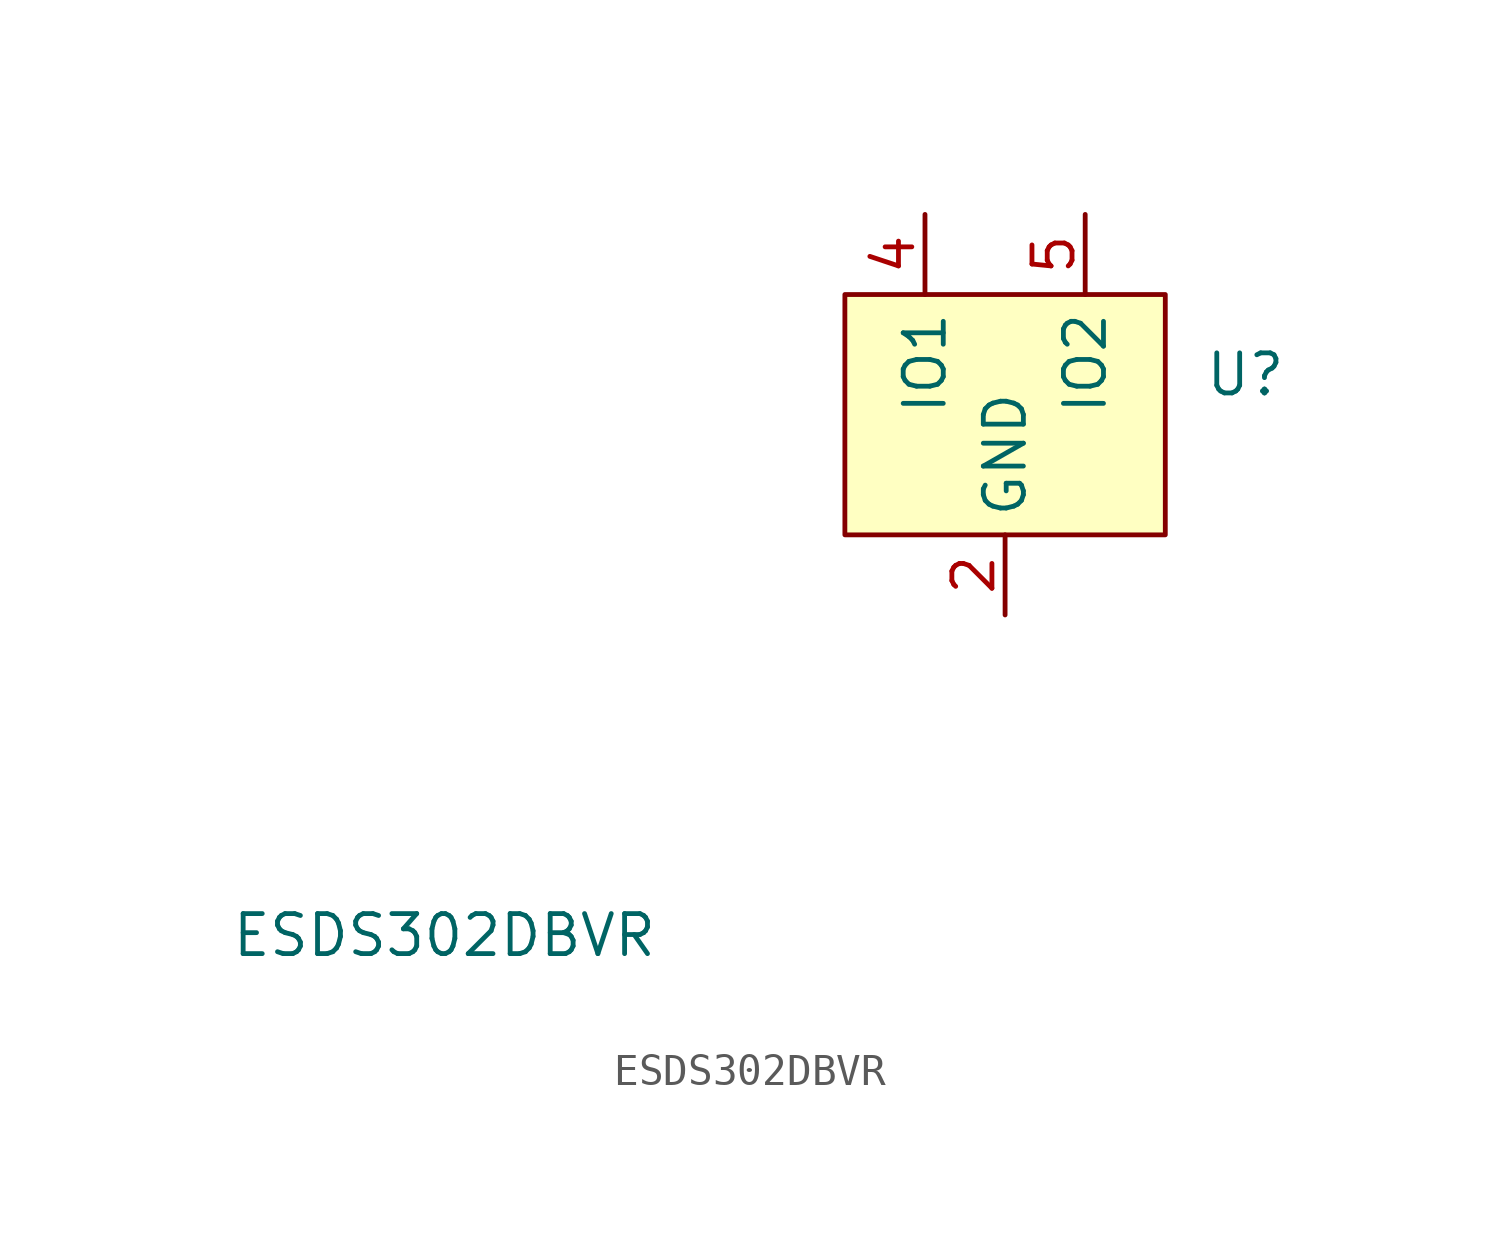
<source format=kicad_sym>
(kicad_symbol_lib
  (version 20220914)
  (generator kicad_symbol_editor)
  (symbol "ESDS302DBVR"
    (property "Reference" "U"
      (at 7.62 0 0)
      (effects (font (size 1.27 1.27))))
    (property "Value" "ESDS302DBVR"
      (at -17.78 -17.78 0)
      (effects (font (size 1.27 1.27))))
    (symbol "ESDS302DBVR_1_1"
      (rectangle (start -5.08 2.54) (end 5.08 -5.08) (stroke (width 0) (type default)) (fill (type background)))
      (pin input line (at -7.62 -5.08 0) (length 2.54) hide (name "NC" (effects (font (size 1.27 1.27)))) (number "1" (effects (font (size 1.27 1.27)))))
      (pin input line (at 0 -7.62 90) (length 2.54) (name "GND" (effects (font (size 1.27 1.27)))) (number "2" (effects (font (size 1.27 1.27)))))
      (pin input line (at -7.62 -2.54 0) (length 2.54) hide (name "NC" (effects (font (size 1.27 1.27)))) (number "3" (effects (font (size 1.27 1.27)))))
      (pin input line (at -2.54 5.08 270) (length 2.54) (name "IO1" (effects (font (size 1.27 1.27)))) (number "4" (effects (font (size 1.27 1.27)))))
      (pin input line (at 2.54 5.08 270) (length 2.54) (name "IO2" (effects (font (size 1.27 1.27)))) (number "5" (effects (font (size 1.27 1.27))))))))
</source>
